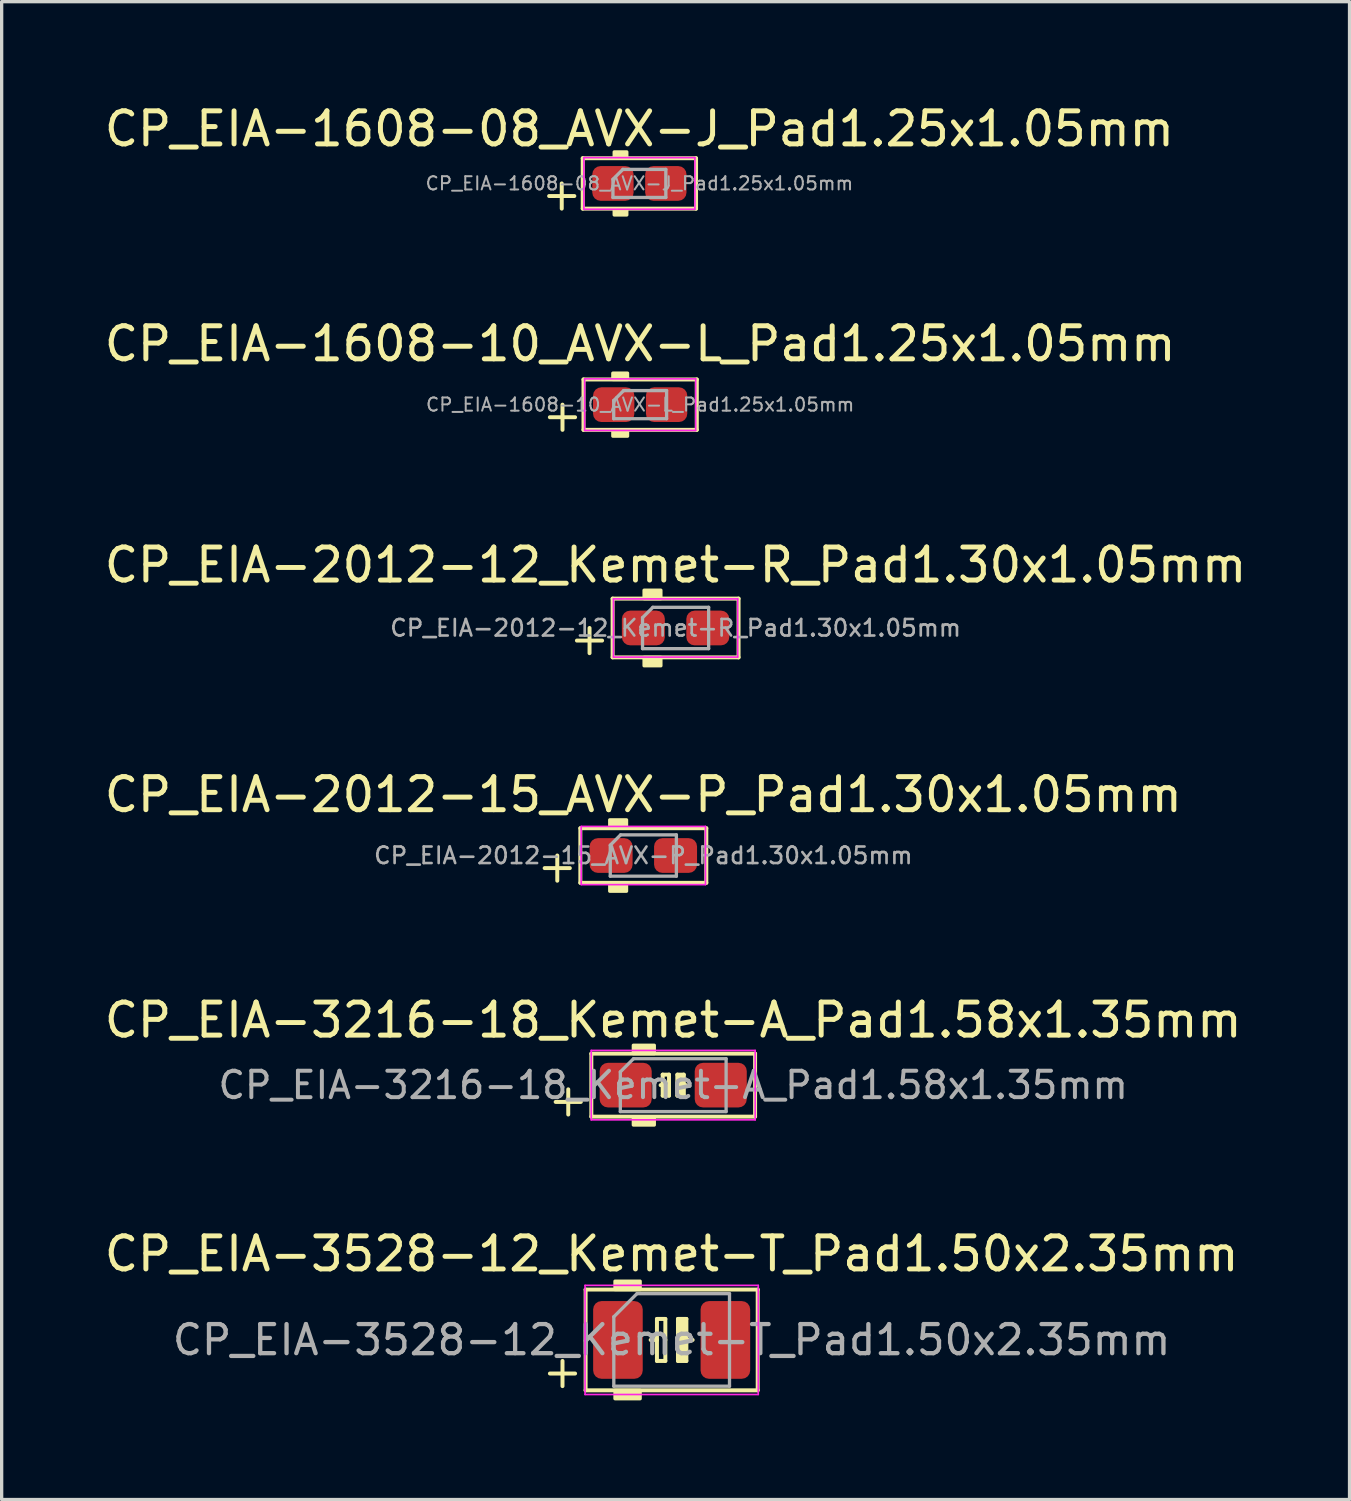
<source format=kicad_pcb>
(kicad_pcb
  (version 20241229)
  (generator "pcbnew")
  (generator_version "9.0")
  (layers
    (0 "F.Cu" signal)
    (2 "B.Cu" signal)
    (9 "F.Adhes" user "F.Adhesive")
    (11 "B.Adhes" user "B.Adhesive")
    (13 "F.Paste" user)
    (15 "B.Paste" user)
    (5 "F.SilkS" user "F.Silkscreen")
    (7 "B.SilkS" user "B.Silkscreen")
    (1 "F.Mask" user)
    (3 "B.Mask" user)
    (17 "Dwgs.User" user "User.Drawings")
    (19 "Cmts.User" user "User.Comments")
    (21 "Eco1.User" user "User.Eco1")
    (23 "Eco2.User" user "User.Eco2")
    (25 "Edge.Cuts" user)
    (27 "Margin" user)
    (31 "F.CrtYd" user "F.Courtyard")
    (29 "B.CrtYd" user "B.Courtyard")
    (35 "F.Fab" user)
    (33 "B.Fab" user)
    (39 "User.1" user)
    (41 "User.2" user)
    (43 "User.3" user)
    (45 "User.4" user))
  (footprint "CP_EIA-2012-15_AVX-P_Pad1.30x1.05mm"
    (layer "F.Cu")
    (at 16.411 22.83)
    (property "Reference" "CP_EIA-2012-15_AVX-P_Pad1.30x1.05mm" (at 0 -1.841 0) (layer "F.SilkS") (effects (font (size 1 1) (thickness 0.15))))
    (attr smd)
    (fp_line (start -2.985 0.381) (end -2.223 0.381) (stroke (width 0.12) (type solid)) (layer "F.SilkS"))
    (fp_line (start -2.603 0) (end -2.603 0.762) (stroke (width 0.12) (type solid)) (layer "F.SilkS"))
    (fp_line (start -1.905 -0.826) (end -1.905 0.826) (stroke (width 0.12) (type solid)) (layer "F.SilkS"))
    (fp_line (start -1.905 0.826) (end 1.905 0.826) (stroke (width 0.12) (type solid)) (layer "F.SilkS"))
    (fp_line (start 1.905 -0.826) (end -1.905 -0.826) (stroke (width 0.12) (type solid)) (layer "F.SilkS"))
    (fp_line (start 1.905 0.826) (end 1.905 -0.826) (stroke (width 0.12) (type solid)) (layer "F.SilkS"))
    (fp_poly (pts (xy -0.508 -0.826) (xy -1.016 -0.826) (xy -1.016 -1.079) (xy -0.508 -1.079)) (stroke (width 0.1) (type solid)) (fill yes) (layer "F.SilkS"))
    (fp_poly (pts (xy -0.508 1.079) (xy -1.016 1.079) (xy -1.016 0.826) (xy -0.508 0.826)) (stroke (width 0.1) (type solid)) (fill yes) (layer "F.SilkS"))
    (fp_line (start -1.88 -0.88) (end 1.88 -0.88) (stroke (width 0.05) (type solid)) (layer "F.CrtYd"))
    (fp_line (start -1.88 0.88) (end -1.88 -0.88) (stroke (width 0.05) (type solid)) (layer "F.CrtYd"))
    (fp_line (start 1.88 -0.88) (end 1.88 0.88) (stroke (width 0.05) (type solid)) (layer "F.CrtYd"))
    (fp_line (start 1.88 0.88) (end -1.88 0.88) (stroke (width 0.05) (type solid)) (layer "F.CrtYd"))
    (fp_line (start -1 -0.312) (end -1 0.625) (stroke (width 0.1) (type solid)) (layer "F.Fab"))
    (fp_line (start -1 0.625) (end 1 0.625) (stroke (width 0.1) (type solid)) (layer "F.Fab"))
    (fp_line (start -0.688 -0.625) (end -1 -0.312) (stroke (width 0.1) (type solid)) (layer "F.Fab"))
    (fp_line (start 1 -0.625) (end -0.688 -0.625) (stroke (width 0.1) (type solid)) (layer "F.Fab"))
    (fp_line (start 1 0.625) (end 1 -0.625) (stroke (width 0.1) (type solid)) (layer "F.Fab"))
    (fp_text user "${REFERENCE}" (at 0 0 0) (layer "F.Fab") (effects (font (size 0.5 0.5) (thickness 0.08))))
    (pad "1" smd roundrect (at -0.975 0) (size 1.3 1.05) (layers "F.Cu" "F.Mask" "F.Paste") (roundrect_rratio 0.238))
    (pad "2" smd roundrect (at 0.975 0) (size 1.3 1.05) (layers "F.Cu" "F.Mask" "F.Paste") (roundrect_rratio 0.238)))
  (footprint "CP_EIA-1608-10_AVX-L_Pad1.25x1.05mm"
    (layer "F.Cu")
    (at 16.315 9.191)
    (property "Reference" "CP_EIA-1608-10_AVX-L_Pad1.25x1.05mm" (at 0 -1.841 0) (layer "F.SilkS") (effects (font (size 1 1) (thickness 0.15))))
    (attr smd)
    (fp_line (start -2.731 0.381) (end -1.968 0.381) (stroke (width 0.12) (type solid)) (layer "F.SilkS"))
    (fp_line (start -2.349 0) (end -2.349 0.762) (stroke (width 0.12) (type solid)) (layer "F.SilkS"))
    (fp_line (start -1.714 -0.762) (end -1.714 0.762) (stroke (width 0.12) (type solid)) (layer "F.SilkS"))
    (fp_line (start -1.714 0.762) (end 1.714 0.762) (stroke (width 0.12) (type solid)) (layer "F.SilkS"))
    (fp_line (start 1.714 -0.762) (end -1.714 -0.762) (stroke (width 0.12) (type solid)) (layer "F.SilkS"))
    (fp_line (start 1.714 0.762) (end 1.714 -0.762) (stroke (width 0.12) (type solid)) (layer "F.SilkS"))
    (fp_poly (pts (xy -0.381 -0.762) (xy -0.826 -0.762) (xy -0.826 -0.953) (xy -0.381 -0.953)) (stroke (width 0.1) (type solid)) (fill yes) (layer "F.SilkS"))
    (fp_poly (pts (xy -0.381 0.953) (xy -0.826 0.953) (xy -0.826 0.762) (xy -0.381 0.762)) (stroke (width 0.1) (type solid)) (fill yes) (layer "F.SilkS"))
    (fp_line (start -1.68 -0.78) (end 1.68 -0.78) (stroke (width 0.05) (type solid)) (layer "F.CrtYd"))
    (fp_line (start -1.68 0.78) (end -1.68 -0.78) (stroke (width 0.05) (type solid)) (layer "F.CrtYd"))
    (fp_line (start 1.68 -0.78) (end 1.68 0.78) (stroke (width 0.05) (type solid)) (layer "F.CrtYd"))
    (fp_line (start 1.68 0.78) (end -1.68 0.78) (stroke (width 0.05) (type solid)) (layer "F.CrtYd"))
    (fp_line (start -0.8 -0.125) (end -0.8 0.425) (stroke (width 0.1) (type solid)) (layer "F.Fab"))
    (fp_line (start -0.8 0.425) (end 0.8 0.425) (stroke (width 0.1) (type solid)) (layer "F.Fab"))
    (fp_line (start -0.5 -0.425) (end -0.8 -0.125) (stroke (width 0.1) (type solid)) (layer "F.Fab"))
    (fp_line (start 0.8 -0.425) (end -0.5 -0.425) (stroke (width 0.1) (type solid)) (layer "F.Fab"))
    (fp_line (start 0.8 0.425) (end 0.8 -0.425) (stroke (width 0.1) (type solid)) (layer "F.Fab"))
    (fp_text user "${REFERENCE}" (at 0 0 0) (layer "F.Fab") (effects (font (size 0.4 0.4) (thickness 0.06))))
    (pad "1" smd roundrect (at -0.8 0) (size 1.25 1.05) (layers "F.Cu" "F.Mask" "F.Paste") (roundrect_rratio 0.238))
    (pad "2" smd roundrect (at 0.8 0) (size 1.25 1.05) (layers "F.Cu" "F.Mask" "F.Paste") (roundrect_rratio 0.238)))
  (footprint "CP_EIA-3216-18_Kemet-A_Pad1.58x1.35mm"
    (layer "F.Cu")
    (at 17.315 29.776)
    (property "Reference" "CP_EIA-3216-18_Kemet-A_Pad1.58x1.35mm" (at 0 -1.968 0) (layer "F.SilkS") (effects (font (size 1 1) (thickness 0.15))))
    (attr smd)
    (fp_line (start -3.556 0.508) (end -2.794 0.508) (stroke (width 0.12) (type solid)) (layer "F.SilkS"))
    (fp_line (start -3.175 0.127) (end -3.175 0.889) (stroke (width 0.12) (type solid)) (layer "F.SilkS"))
    (fp_line (start -2.477 -0.953) (end -2.477 0.953) (stroke (width 0.12) (type solid)) (layer "F.SilkS"))
    (fp_line (start -2.477 0.953) (end 2.477 0.953) (stroke (width 0.12) (type solid)) (layer "F.SilkS"))
    (fp_line (start -0.381 0) (end -0.318 0) (stroke (width 0.12) (type solid)) (layer "F.SilkS"))
    (fp_line (start -0.318 -0.318) (end -0.318 0) (stroke (width 0.12) (type solid)) (layer "F.SilkS"))
    (fp_line (start -0.318 0) (end -0.318 0.318) (stroke (width 0.12) (type solid)) (layer "F.SilkS"))
    (fp_line (start -0.318 0.318) (end -0.127 0.318) (stroke (width 0.12) (type solid)) (layer "F.SilkS"))
    (fp_line (start -0.127 -0.318) (end -0.318 -0.318) (stroke (width 0.12) (type solid)) (layer "F.SilkS"))
    (fp_line (start -0.127 0.318) (end -0.127 -0.318) (stroke (width 0.12) (type solid)) (layer "F.SilkS"))
    (fp_line (start 0.127 -0.318) (end 0.127 0.318) (stroke (width 0.12) (type solid)) (layer "F.SilkS"))
    (fp_line (start 0.127 0.318) (end 0.318 0.318) (stroke (width 0.12) (type solid)) (layer "F.SilkS"))
    (fp_line (start 0.318 -0.318) (end 0.127 -0.318) (stroke (width 0.12) (type solid)) (layer "F.SilkS"))
    (fp_line (start 0.318 0) (end 0.318 -0.318) (stroke (width 0.12) (type solid)) (layer "F.SilkS"))
    (fp_line (start 0.318 0.318) (end 0.318 0) (stroke (width 0.12) (type solid)) (layer "F.SilkS"))
    (fp_line (start 0.381 0) (end 0.318 0) (stroke (width 0.12) (type solid)) (layer "F.SilkS"))
    (fp_line (start 2.477 -0.953) (end -2.477 -0.953) (stroke (width 0.12) (type solid)) (layer "F.SilkS"))
    (fp_line (start 2.477 0.953) (end 2.477 -0.953) (stroke (width 0.12) (type solid)) (layer "F.SilkS"))
    (fp_poly (pts (xy -0.572 -0.953) (xy -1.206 -0.953) (xy -1.206 -1.206) (xy -0.572 -1.206)) (stroke (width 0.1) (type solid)) (fill yes) (layer "F.SilkS"))
    (fp_poly (pts (xy -0.572 1.206) (xy -1.206 1.206) (xy -1.206 0.953) (xy -0.572 0.953)) (stroke (width 0.1) (type solid)) (fill yes) (layer "F.SilkS"))
    (fp_poly (pts (xy 0.318 0.318) (xy 0.127 0.318) (xy 0.127 -0.318) (xy 0.318 -0.318)) (stroke (width 0.1) (type solid)) (fill yes) (layer "F.SilkS"))
    (fp_line (start -2.48 -1.05) (end 2.48 -1.05) (stroke (width 0.05) (type solid)) (layer "F.CrtYd"))
    (fp_line (start -2.48 1.05) (end -2.48 -1.05) (stroke (width 0.05) (type solid)) (layer "F.CrtYd"))
    (fp_line (start 2.48 -1.05) (end 2.48 1.05) (stroke (width 0.05) (type solid)) (layer "F.CrtYd"))
    (fp_line (start 2.48 1.05) (end -2.48 1.05) (stroke (width 0.05) (type solid)) (layer "F.CrtYd"))
    (fp_line (start -1.6 -0.4) (end -1.6 0.8) (stroke (width 0.1) (type solid)) (layer "F.Fab"))
    (fp_line (start -1.6 0.8) (end 1.6 0.8) (stroke (width 0.1) (type solid)) (layer "F.Fab"))
    (fp_line (start -1.2 -0.8) (end -1.6 -0.4) (stroke (width 0.1) (type solid)) (layer "F.Fab"))
    (fp_line (start 1.6 -0.8) (end -1.2 -0.8) (stroke (width 0.1) (type solid)) (layer "F.Fab"))
    (fp_line (start 1.6 0.8) (end 1.6 -0.8) (stroke (width 0.1) (type solid)) (layer "F.Fab"))
    (fp_text user "${REFERENCE}" (at 0 0 0) (layer "F.Fab") (effects (font (size 0.8 0.8) (thickness 0.12))))
    (pad "1" smd roundrect (at -1.438 0) (size 1.575 1.35) (layers "F.Cu" "F.Mask" "F.Paste") (roundrect_rratio 0.185))
    (pad "2" smd roundrect (at 1.438 0) (size 1.575 1.35) (layers "F.Cu" "F.Mask" "F.Paste") (roundrect_rratio 0.185)))
  (footprint "CP_EIA-1608-08_AVX-J_Pad1.25x1.05mm"
    (layer "F.Cu")
    (at 16.292 2.499)
    (property "Reference" "CP_EIA-1608-08_AVX-J_Pad1.25x1.05mm" (at 0 -1.651 0) (layer "F.SilkS") (effects (font (size 1 1) (thickness 0.15))))
    (attr smd)
    (fp_line (start -2.731 0.381) (end -1.968 0.381) (stroke (width 0.12) (type solid)) (layer "F.SilkS"))
    (fp_line (start -2.349 0) (end -2.349 0.762) (stroke (width 0.12) (type solid)) (layer "F.SilkS"))
    (fp_line (start -1.714 -0.762) (end -1.714 0.762) (stroke (width 0.12) (type solid)) (layer "F.SilkS"))
    (fp_line (start -1.714 0.762) (end 1.714 0.762) (stroke (width 0.12) (type solid)) (layer "F.SilkS"))
    (fp_line (start 1.714 -0.762) (end -1.714 -0.762) (stroke (width 0.12) (type solid)) (layer "F.SilkS"))
    (fp_line (start 1.714 0.762) (end 1.714 -0.762) (stroke (width 0.12) (type solid)) (layer "F.SilkS"))
    (fp_poly (pts (xy -0.381 -0.762) (xy -0.762 -0.762) (xy -0.762 -0.953) (xy -0.381 -0.953)) (stroke (width 0.1) (type solid)) (fill yes) (layer "F.SilkS"))
    (fp_poly (pts (xy -0.381 0.953) (xy -0.762 0.953) (xy -0.762 0.762) (xy -0.381 0.762)) (stroke (width 0.1) (type solid)) (fill yes) (layer "F.SilkS"))
    (fp_line (start -1.68 -0.78) (end 1.68 -0.78) (stroke (width 0.05) (type solid)) (layer "F.CrtYd"))
    (fp_line (start -1.68 0.78) (end -1.68 -0.78) (stroke (width 0.05) (type solid)) (layer "F.CrtYd"))
    (fp_line (start 1.68 -0.78) (end 1.68 0.78) (stroke (width 0.05) (type solid)) (layer "F.CrtYd"))
    (fp_line (start 1.68 0.78) (end -1.68 0.78) (stroke (width 0.05) (type solid)) (layer "F.CrtYd"))
    (fp_line (start -0.8 -0.125) (end -0.8 0.425) (stroke (width 0.1) (type solid)) (layer "F.Fab"))
    (fp_line (start -0.8 0.425) (end 0.8 0.425) (stroke (width 0.1) (type solid)) (layer "F.Fab"))
    (fp_line (start -0.5 -0.425) (end -0.8 -0.125) (stroke (width 0.1) (type solid)) (layer "F.Fab"))
    (fp_line (start 0.8 -0.425) (end -0.5 -0.425) (stroke (width 0.1) (type solid)) (layer "F.Fab"))
    (fp_line (start 0.8 0.425) (end 0.8 -0.425) (stroke (width 0.1) (type solid)) (layer "F.Fab"))
    (fp_text user "${REFERENCE}" (at 0 0 0) (layer "F.Fab") (effects (font (size 0.4 0.4) (thickness 0.06))))
    (pad "1" smd roundrect (at -0.8 0) (size 1.25 1.05) (layers "F.Cu" "F.Mask" "F.Paste") (roundrect_rratio 0.238))
    (pad "2" smd roundrect (at 0.8 0) (size 1.25 1.05) (layers "F.Cu" "F.Mask" "F.Paste") (roundrect_rratio 0.238)))
  (footprint "CP_EIA-3528-12_Kemet-T_Pad1.50x2.35mm"
    (layer "F.Cu")
    (at 17.268 37.484)
    (property "Reference" "CP_EIA-3528-12_Kemet-T_Pad1.50x2.35mm" (at 0 -2.603 0) (layer "F.SilkS") (effects (font (size 1 1) (thickness 0.15))))
    (attr smd)
    (fp_line (start -3.683 1.016) (end -2.921 1.016) (stroke (width 0.12) (type solid)) (layer "F.SilkS"))
    (fp_line (start -3.302 0.635) (end -3.302 1.397) (stroke (width 0.12) (type solid)) (layer "F.SilkS"))
    (fp_line (start -2.603 -1.524) (end -2.603 1.524) (stroke (width 0.12) (type solid)) (layer "F.SilkS"))
    (fp_line (start -2.603 1.524) (end 2.603 1.524) (stroke (width 0.12) (type solid)) (layer "F.SilkS"))
    (fp_line (start -0.445 -0.635) (end -0.445 0) (stroke (width 0.12) (type solid)) (layer "F.SilkS"))
    (fp_line (start -0.445 -0.635) (end -0.191 -0.635) (stroke (width 0.12) (type solid)) (layer "F.SilkS"))
    (fp_line (start -0.445 0) (end -0.635 0) (stroke (width 0.12) (type solid)) (layer "F.SilkS"))
    (fp_line (start -0.445 0.635) (end -0.445 0) (stroke (width 0.12) (type solid)) (layer "F.SilkS"))
    (fp_line (start -0.191 -0.635) (end -0.191 0) (stroke (width 0.12) (type solid)) (layer "F.SilkS"))
    (fp_line (start -0.191 0.635) (end -0.445 0.635) (stroke (width 0.12) (type solid)) (layer "F.SilkS"))
    (fp_line (start -0.191 0.635) (end -0.191 0) (stroke (width 0.12) (type solid)) (layer "F.SilkS"))
    (fp_line (start 0.191 -0.635) (end 0.191 0) (stroke (width 0.12) (type solid)) (layer "F.SilkS"))
    (fp_line (start 0.191 -0.635) (end 0.445 -0.635) (stroke (width 0.12) (type solid)) (layer "F.SilkS"))
    (fp_line (start 0.191 0.635) (end 0.191 0) (stroke (width 0.12) (type solid)) (layer "F.SilkS"))
    (fp_line (start 0.445 -0.635) (end 0.445 0) (stroke (width 0.12) (type solid)) (layer "F.SilkS"))
    (fp_line (start 0.445 0) (end 0.635 0) (stroke (width 0.12) (type solid)) (layer "F.SilkS"))
    (fp_line (start 0.445 0.635) (end 0.191 0.635) (stroke (width 0.12) (type solid)) (layer "F.SilkS"))
    (fp_line (start 0.445 0.635) (end 0.445 0) (stroke (width 0.12) (type solid)) (layer "F.SilkS"))
    (fp_line (start 2.603 -1.524) (end -2.603 -1.524) (stroke (width 0.12) (type solid)) (layer "F.SilkS"))
    (fp_line (start 2.603 1.524) (end 2.603 -1.524) (stroke (width 0.12) (type solid)) (layer "F.SilkS"))
    (fp_poly (pts (xy -0.953 -1.524) (xy -1.714 -1.524) (xy -1.714 -1.778) (xy -0.953 -1.778)) (stroke (width 0.1) (type solid)) (fill yes) (layer "F.SilkS"))
    (fp_poly (pts (xy -0.953 1.778) (xy -1.714 1.778) (xy -1.714 1.524) (xy -0.953 1.524)) (stroke (width 0.1) (type solid)) (fill yes) (layer "F.SilkS"))
    (fp_poly (pts (xy 0.445 0.635) (xy 0.191 0.635) (xy 0.191 -0.635) (xy 0.445 -0.635)) (stroke (width 0.1) (type solid)) (fill yes) (layer "F.SilkS"))
    (fp_line (start -2.62 -1.65) (end 2.62 -1.65) (stroke (width 0.05) (type solid)) (layer "F.CrtYd"))
    (fp_line (start -2.62 1.65) (end -2.62 -1.65) (stroke (width 0.05) (type solid)) (layer "F.CrtYd"))
    (fp_line (start 2.62 -1.65) (end 2.62 1.65) (stroke (width 0.05) (type solid)) (layer "F.CrtYd"))
    (fp_line (start 2.62 1.65) (end -2.62 1.65) (stroke (width 0.05) (type solid)) (layer "F.CrtYd"))
    (fp_line (start -1.75 -0.7) (end -1.75 1.4) (stroke (width 0.1) (type solid)) (layer "F.Fab"))
    (fp_line (start -1.75 1.4) (end 1.75 1.4) (stroke (width 0.1) (type solid)) (layer "F.Fab"))
    (fp_line (start -1.05 -1.4) (end -1.75 -0.7) (stroke (width 0.1) (type solid)) (layer "F.Fab"))
    (fp_line (start 1.75 -1.4) (end -1.05 -1.4) (stroke (width 0.1) (type solid)) (layer "F.Fab"))
    (fp_line (start 1.75 1.4) (end 1.75 -1.4) (stroke (width 0.1) (type solid)) (layer "F.Fab"))
    (fp_text user "${REFERENCE}" (at 0 0 0) (layer "F.Fab") (effects (font (size 0.88 0.88) (thickness 0.13))))
    (pad "1" smd roundrect (at -1.625 0) (size 1.5 2.35) (layers "F.Cu" "F.Mask" "F.Paste") (roundrect_rratio 0.167))
    (pad "2" smd roundrect (at 1.625 0) (size 1.5 2.35) (layers "F.Cu" "F.Mask" "F.Paste") (roundrect_rratio 0.167)))
  (footprint "CP_EIA-2012-12_Kemet-R_Pad1.30x1.05mm"
    (layer "F.Cu")
    (at 17.387 15.947)
    (property "Reference" "CP_EIA-2012-12_Kemet-R_Pad1.30x1.05mm" (at 0 -1.905 0) (layer "F.SilkS") (effects (font (size 1 1) (thickness 0.15))))
    (attr smd)
    (fp_line (start -2.985 0.381) (end -2.223 0.381) (stroke (width 0.12) (type solid)) (layer "F.SilkS"))
    (fp_line (start -2.603 0) (end -2.603 0.762) (stroke (width 0.12) (type solid)) (layer "F.SilkS"))
    (fp_line (start -1.905 -0.889) (end -1.905 0.889) (stroke (width 0.12) (type solid)) (layer "F.SilkS"))
    (fp_line (start -1.905 0.889) (end 1.905 0.889) (stroke (width 0.12) (type solid)) (layer "F.SilkS"))
    (fp_line (start 1.905 -0.889) (end -1.905 -0.889) (stroke (width 0.12) (type solid)) (layer "F.SilkS"))
    (fp_line (start 1.905 0.889) (end 1.905 -0.889) (stroke (width 0.12) (type solid)) (layer "F.SilkS"))
    (fp_poly (pts (xy -0.445 -0.889) (xy -0.953 -0.889) (xy -0.953 -1.143) (xy -0.445 -1.143)) (stroke (width 0.1) (type solid)) (fill yes) (layer "F.SilkS"))
    (fp_poly (pts (xy -0.445 1.143) (xy -0.953 1.143) (xy -0.953 0.889) (xy -0.445 0.889)) (stroke (width 0.1) (type solid)) (fill yes) (layer "F.SilkS"))
    (fp_line (start -1.88 -0.88) (end 1.88 -0.88) (stroke (width 0.05) (type solid)) (layer "F.CrtYd"))
    (fp_line (start -1.88 0.88) (end -1.88 -0.88) (stroke (width 0.05) (type solid)) (layer "F.CrtYd"))
    (fp_line (start 1.88 -0.88) (end 1.88 0.88) (stroke (width 0.05) (type solid)) (layer "F.CrtYd"))
    (fp_line (start 1.88 0.88) (end -1.88 0.88) (stroke (width 0.05) (type solid)) (layer "F.CrtYd"))
    (fp_line (start -1 -0.312) (end -1 0.625) (stroke (width 0.1) (type solid)) (layer "F.Fab"))
    (fp_line (start -1 0.625) (end 1 0.625) (stroke (width 0.1) (type solid)) (layer "F.Fab"))
    (fp_line (start -0.688 -0.625) (end -1 -0.312) (stroke (width 0.1) (type solid)) (layer "F.Fab"))
    (fp_line (start 1 -0.625) (end -0.688 -0.625) (stroke (width 0.1) (type solid)) (layer "F.Fab"))
    (fp_line (start 1 0.625) (end 1 -0.625) (stroke (width 0.1) (type solid)) (layer "F.Fab"))
    (fp_text user "${REFERENCE}" (at 0 0 0) (layer "F.Fab") (effects (font (size 0.5 0.5) (thickness 0.08))))
    (pad "1" smd roundrect (at -0.975 0) (size 1.3 1.05) (layers "F.Cu" "F.Mask" "F.Paste") (roundrect_rratio 0.238))
    (pad "2" smd roundrect (at 0.975 0) (size 1.3 1.05) (layers "F.Cu" "F.Mask" "F.Paste") (roundrect_rratio 0.238)))
  (gr_rect
    (start -3 -3)
    (end 37.774 42.312)
    (stroke (width 0.1) (type default))
    (fill no)
    (layer "Edge.Cuts")))
</source>
